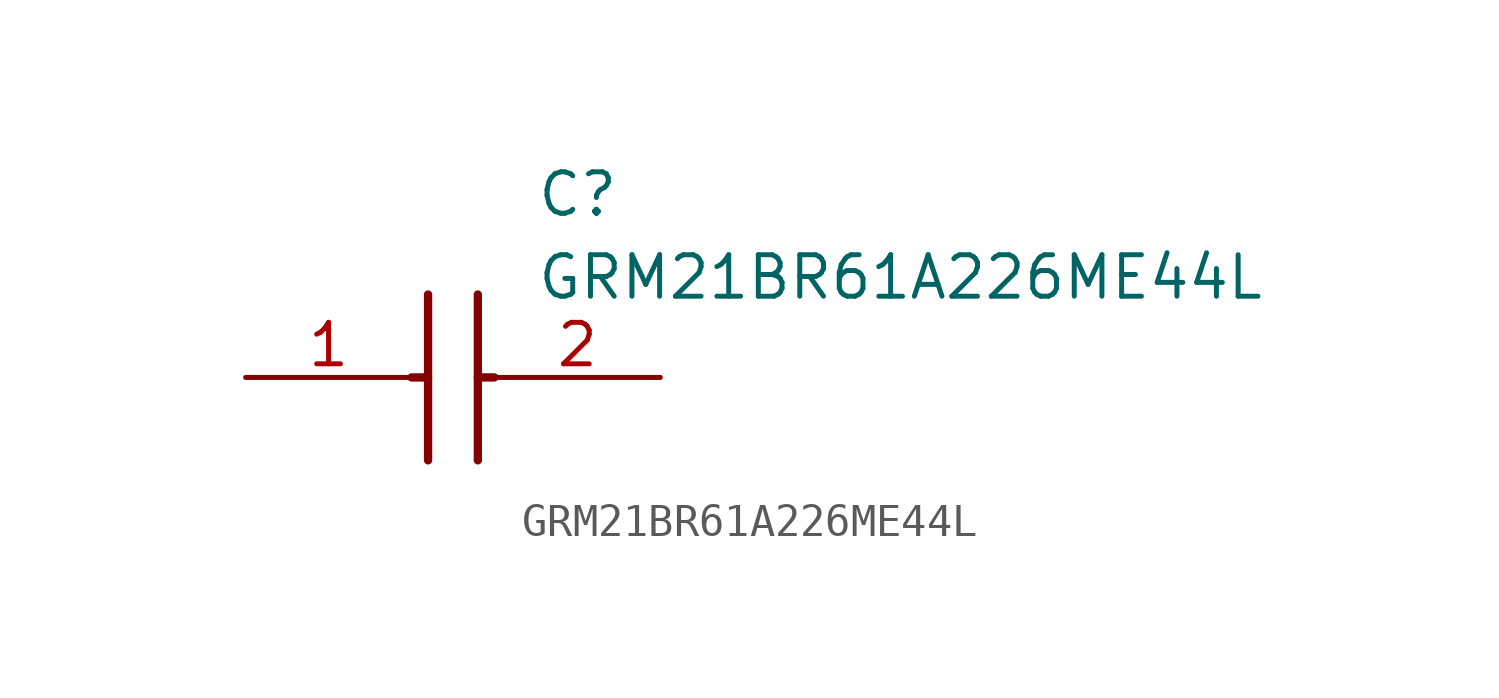
<source format=kicad_sym>
(kicad_symbol_lib
  (version 20211014)
  (generator SamacSys_ECAD_Model)
  (symbol "GRM21BR61A226ME44L"
    (pin_names hide)
    (property "Reference" "C"
      (at 8.89 6.35 0)
      (effects (font (size 1.27 1.27)) (justify left top)))
    (property "Value" "GRM21BR61A226ME44L"
      (at 8.89 3.81 0)
      (effects (font (size 1.27 1.27)) (justify left top)))
    (polyline
      (pts (xy 5.588 2.54) (xy 5.588 -2.54))
      (stroke (width 0.254) (type default))
      (fill (type none)))
    (polyline
      (pts (xy 7.112 2.54) (xy 7.112 -2.54))
      (stroke (width 0.254) (type default))
      (fill (type none)))
    (polyline
      (pts (xy 5.08 0) (xy 5.588 0))
      (stroke (width 0.254) (type default))
      (fill (type none)))
    (polyline
      (pts (xy 7.112 0) (xy 7.62 0))
      (stroke (width 0.254) (type default))
      (fill (type none)))
    (pin passive line
      (at 0 0 0)
      (length 5.08)
      (name "1" (effects (font (size 1.27 1.27))))
      (number "1" (effects (font (size 1.27 1.27)))))
    (pin passive line
      (at 12.7 0 180)
      (length 5.08)
      (name "2" (effects (font (size 1.27 1.27))))
      (number "2" (effects (font (size 1.27 1.27)))))))
</source>
